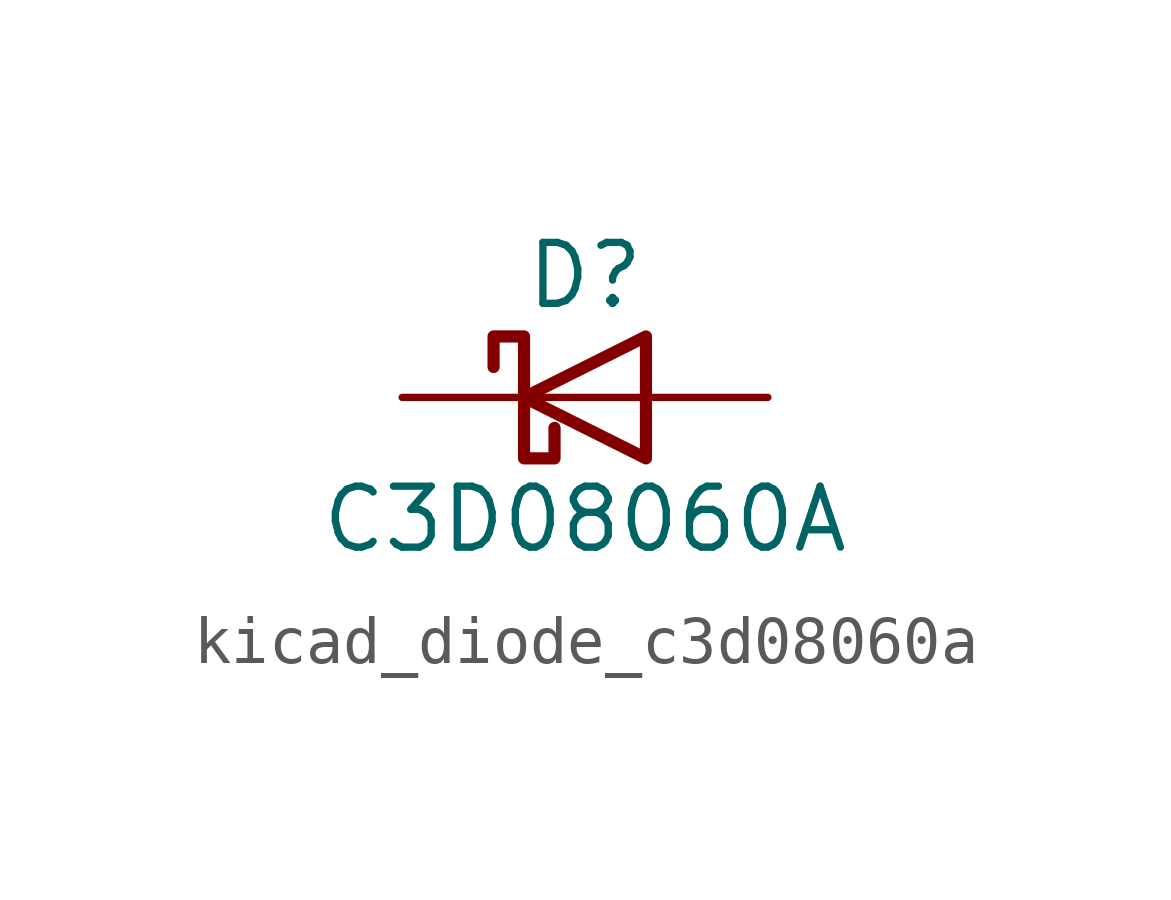
<source format=kicad_sym>
(kicad_symbol_lib
  (version 20220914)
  (generator kicad_symbol_editor)
  (symbol "kicad_diode_c3d08060a"
    (pin_numbers hide)
    (pin_names
      (offset 1.016) hide)
    (property "Reference" "D"
      (at 0 2.54 0)
      (effects (font (size 1.27 1.27))))
    (property "Value" "C3D08060A"
      (at 0 -2.54 0)
      (effects (font (size 1.27 1.27))))
    (symbol "kicad_diode_c3d08060a_0_1"
      (polyline (pts (xy 1.27 0) (xy -1.27 0)) (stroke (width 0) (type default)) (fill (type none)))
      (polyline (pts (xy 1.27 1.27) (xy 1.27 -1.27) (xy -1.27 0) (xy 1.27 1.27)) (stroke (width 0.254) (type default)) (fill (type none)))
      (polyline (pts (xy -1.905 0.635) (xy -1.905 1.27) (xy -1.27 1.27) (xy -1.27 -1.27) (xy -0.635 -1.27) (xy -0.635 -0.635)) (stroke (width 0.254) (type default)) (fill (type none))))
    (symbol "kicad_diode_c3d08060a_1_1"
      (pin passive line (at -3.81 0 0) (length 2.54) (name "K" (effects (font (size 1.27 1.27)))) (number "1" (effects (font (size 1.27 1.27)))))
      (pin passive line (at 3.81 0 180) (length 2.54) (name "A" (effects (font (size 1.27 1.27)))) (number "2" (effects (font (size 1.27 1.27))))))))
</source>
